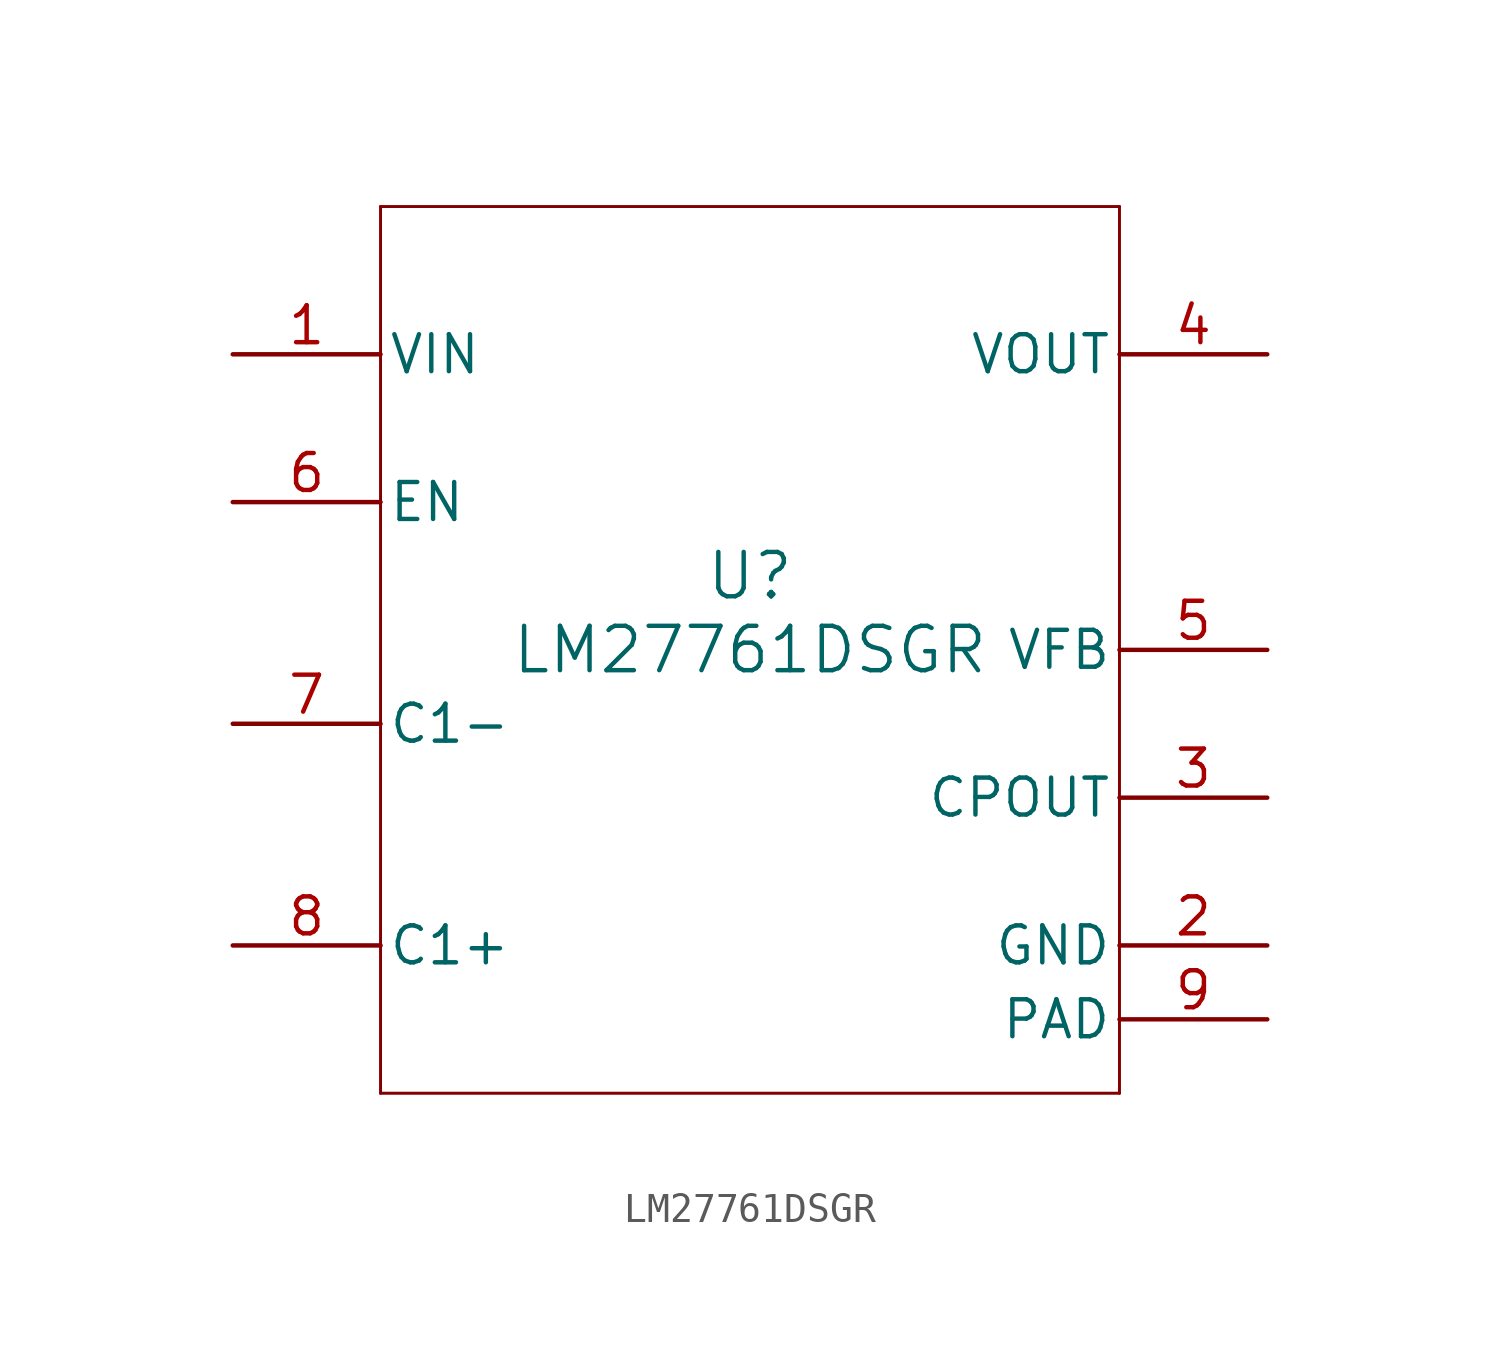
<source format=kicad_sym>
(kicad_symbol_lib
  (version 20211014)
  (generator kicad_symbol_editor)
  (symbol "LM27761DSGR"
    (pin_names
      (offset 0.254))
    (property "Reference" "U"
      (at 0 2.54 0)
      (effects (font (size 1.524 1.524))))
    (property "Value" "LM27761DSGR"
      (at 0 0 0)
      (effects (font (size 1.524 1.524))))
    (symbol "LM27761DSGR_0_1"
      (polyline (pts (xy -12.7 -15.24) (xy 12.7 -15.24)) (stroke (width 0.102) (type default) (color 0 0 0 0)) (fill (type none)))
      (polyline (pts (xy 12.7 -15.24) (xy 12.7 15.24)) (stroke (width 0.102) (type default) (color 0 0 0 0)) (fill (type none)))
      (polyline (pts (xy 12.7 15.24) (xy -12.7 15.24)) (stroke (width 0.102) (type default) (color 0 0 0 0)) (fill (type none)))
      (polyline (pts (xy -12.7 15.24) (xy -12.7 -15.24)) (stroke (width 0.102) (type default) (color 0 0 0 0)) (fill (type none)))
      (pin power_in line (at -17.78 10.16 0) (length 5.08) (name "VIN" (effects (font (size 1.27 1.27)))) (number "1" (effects (font (size 1.27 1.27)))))
      (pin power_in line (at 17.78 -10.16 180) (length 5.08) (name "GND" (effects (font (size 1.27 1.27)))) (number "2" (effects (font (size 1.27 1.27)))))
      (pin power_in line (at 17.78 -5.08 180) (length 5.08) (name "CPOUT" (effects (font (size 1.27 1.27)))) (number "3" (effects (font (size 1.27 1.27)))))
      (pin power_in line (at 17.78 10.16 180) (length 5.08) (name "VOUT" (effects (font (size 1.27 1.27)))) (number "4" (effects (font (size 1.27 1.27)))))
      (pin input line (at 17.78 0 180) (length 5.08) (name "VFB" (effects (font (size 1.27 1.27)))) (number "5" (effects (font (size 1.27 1.27)))))
      (pin input line (at -17.78 5.08 0) (length 5.08) (name "EN" (effects (font (size 1.27 1.27)))) (number "6" (effects (font (size 1.27 1.27)))))
      (pin unspecified line (at -17.78 -2.54 0) (length 5.08) (name "C1-" (effects (font (size 1.27 1.27)))) (number "7" (effects (font (size 1.27 1.27)))))
      (pin unspecified line (at -17.78 -10.16 0) (length 5.08) (name "C1+" (effects (font (size 1.27 1.27)))) (number "8" (effects (font (size 1.27 1.27)))))
      (pin unspecified line (at 17.78 -12.7 180) (length 5.08) (name "PAD" (effects (font (size 1.27 1.27)))) (number "9" (effects (font (size 1.27 1.27))))))))
</source>
